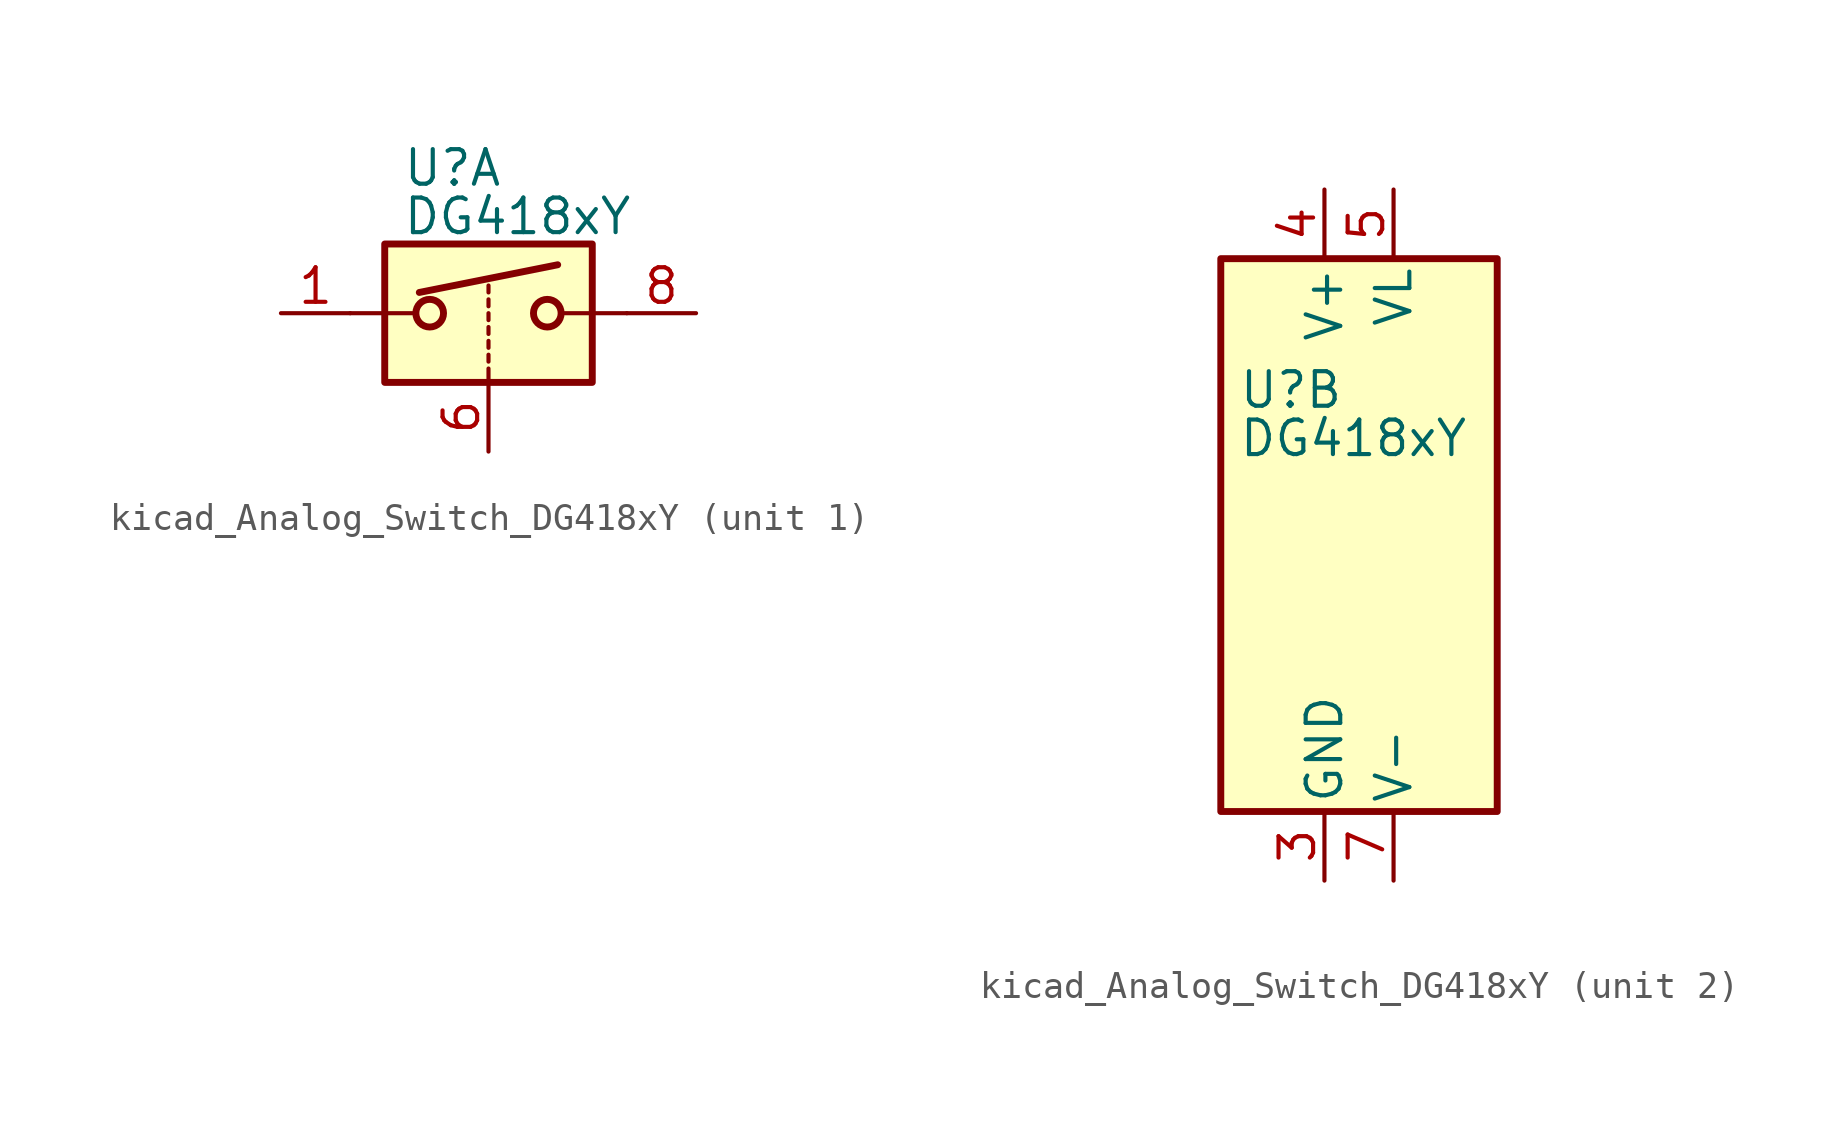
<source format=kicad_sym>
(kicad_symbol_lib
  (version 20220914)
  (generator kicad_symbol_editor)
  (symbol "kicad_Analog_Switch_DG418xY"
    (pin_names
      (offset 0.254))
    (property "Reference" "U"
      (at -3.175 5.334 0)
      (effects (font (size 1.27 1.27)) (justify left)))
    (property "Value" "DG418xY"
      (at -3.175 3.556 0)
      (effects (font (size 1.27 1.27)) (justify left)))
    (symbol "kicad_Analog_Switch_DG418xY_1_1"
      (rectangle (start -3.81 2.54) (end 3.81 -2.54) (stroke (width 0.254) (type default)) (fill (type background)))
      (circle (center -2.159 0) (radius 0.508) (stroke (width 0.254) (type default)) (fill (type none)))
      (polyline (pts (xy -5.08 0) (xy -2.794 0)) (stroke (width 0) (type default)) (fill (type none)))
      (polyline (pts (xy -2.54 0.762) (xy 2.54 1.778)) (stroke (width 0.254) (type default)) (fill (type none)))
      (polyline (pts (xy 0 -2.54) (xy 0 -2.032)) (stroke (width 0) (type default)) (fill (type none)))
      (polyline (pts (xy 0 -1.778) (xy 0 -1.524)) (stroke (width 0) (type default)) (fill (type none)))
      (polyline (pts (xy 0 -1.27) (xy 0 -1.016)) (stroke (width 0) (type default)) (fill (type none)))
      (polyline (pts (xy 0 -0.762) (xy 0 -0.508)) (stroke (width 0) (type default)) (fill (type none)))
      (polyline (pts (xy 0 -0.254) (xy 0 0)) (stroke (width 0) (type default)) (fill (type none)))
      (polyline (pts (xy 0 0.254) (xy 0 0.508)) (stroke (width 0) (type default)) (fill (type none)))
      (polyline (pts (xy 0 0.762) (xy 0 1.016)) (stroke (width 0) (type default)) (fill (type none)))
      (polyline (pts (xy 5.08 0) (xy 2.794 0)) (stroke (width 0) (type default)) (fill (type none)))
      (circle (center 2.159 0) (radius 0.508) (stroke (width 0.254) (type default)) (fill (type none)))
      (pin passive line (at -7.62 0 0) (length 2.54) (name "~" (effects (font (size 1.27 1.27)))) (number "1" (effects (font (size 1.27 1.27)))))
      (pin input line (at 0 -5.08 90) (length 2.54) (name "~" (effects (font (size 1.27 1.27)))) (number "6" (effects (font (size 1.27 1.27)))))
      (pin passive line (at 7.62 0 180) (length 2.54) (name "~" (effects (font (size 1.27 1.27)))) (number "8" (effects (font (size 1.27 1.27))))))
    (symbol "kicad_Analog_Switch_DG418xY_2_0"
      (pin no_connect line (at -2.54 10.16 270) (length 2.54) hide (name "NC" (effects (font (size 1.27 1.27)))) (number "2" (effects (font (size 1.27 1.27)))))
      (pin power_in line (at 0 -12.7 90) (length 2.54) (name "GND" (effects (font (size 1.27 1.27)))) (number "3" (effects (font (size 1.27 1.27)))))
      (pin power_in line (at 0 12.7 270) (length 2.54) (name "V+" (effects (font (size 1.27 1.27)))) (number "4" (effects (font (size 1.27 1.27)))))
      (pin power_in line (at 2.54 12.7 270) (length 2.54) (name "VL" (effects (font (size 1.27 1.27)))) (number "5" (effects (font (size 1.27 1.27)))))
      (pin power_in line (at 2.54 -12.7 90) (length 2.54) (name "V-" (effects (font (size 1.27 1.27)))) (number "7" (effects (font (size 1.27 1.27))))))
    (symbol "kicad_Analog_Switch_DG418xY_2_1"
      (rectangle (start -3.81 10.16) (end 6.35 -10.16) (stroke (width 0.254) (type default)) (fill (type background))))))
</source>
